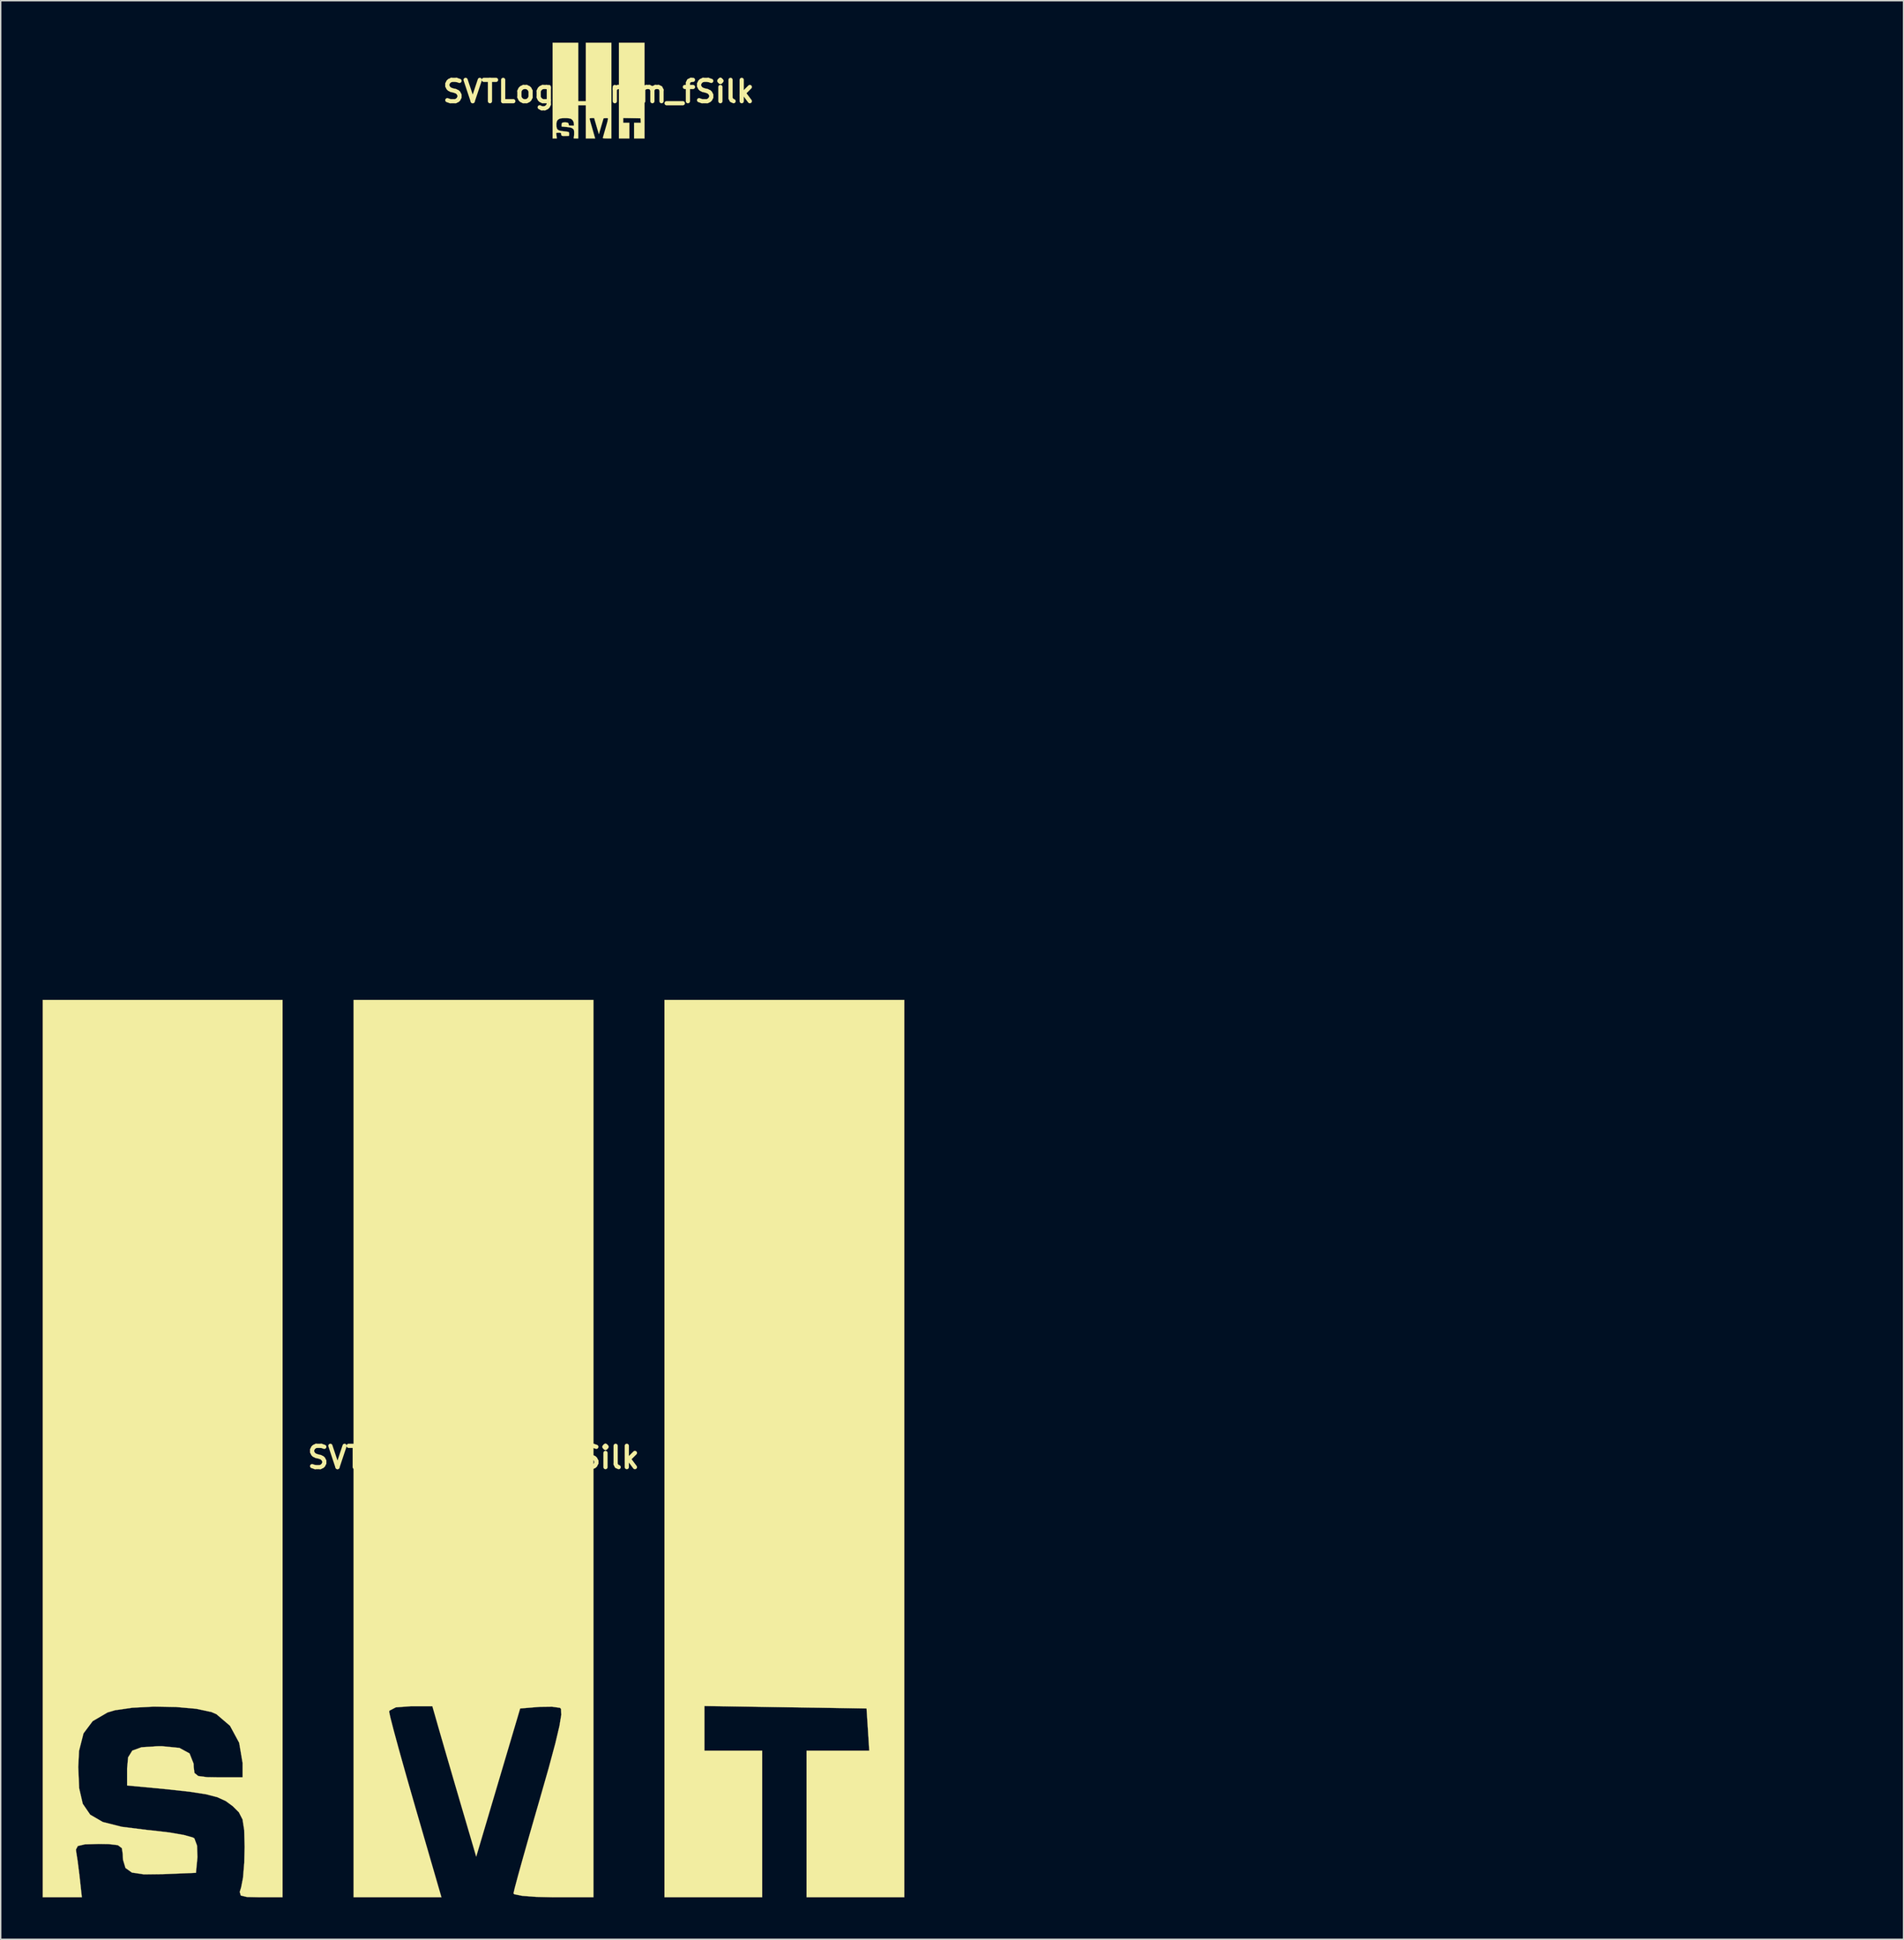
<source format=kicad_pcb>
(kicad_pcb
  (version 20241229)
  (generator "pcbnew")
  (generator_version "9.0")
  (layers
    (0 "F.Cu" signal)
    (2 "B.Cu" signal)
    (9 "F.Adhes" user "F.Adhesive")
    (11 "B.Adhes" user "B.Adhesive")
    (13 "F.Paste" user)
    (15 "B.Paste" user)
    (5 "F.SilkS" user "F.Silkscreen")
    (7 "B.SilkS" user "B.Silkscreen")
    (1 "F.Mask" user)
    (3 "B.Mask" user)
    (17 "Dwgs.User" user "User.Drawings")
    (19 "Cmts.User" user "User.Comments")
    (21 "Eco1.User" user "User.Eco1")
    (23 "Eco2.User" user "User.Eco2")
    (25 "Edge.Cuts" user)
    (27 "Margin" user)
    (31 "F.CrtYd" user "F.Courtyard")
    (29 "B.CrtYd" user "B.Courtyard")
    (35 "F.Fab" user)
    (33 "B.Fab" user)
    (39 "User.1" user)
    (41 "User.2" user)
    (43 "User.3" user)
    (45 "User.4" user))
  (footprint "SVTLogo_75mm_fSilk"
    (layer "F.Cu")
    (at 30.802 101.123)
    (property "Reference" "SVTLogo_75mm_fSilk" (at 0 0 0) (layer "F.SilkS") (effects (font (size 1.524 1.524) (thickness 0.3))))
    (attr through_hole)
    (fp_poly (pts (xy 30.797 31.433) (xy 23.812 31.433) (xy 23.812 20.955) (xy 28.292 20.955) (xy 28.099 17.939) (xy 22.304 17.852) (xy 16.51 17.766) (xy 16.51 20.955) (xy 20.637 20.955) (xy 20.637 31.433) (xy 13.652 31.433) (xy 13.652 -32.703) (xy 30.797 -32.703) (xy 30.797 31.433)) (stroke (width 0.01) (type solid)) (fill yes) (layer "F.SilkS"))
    (fp_poly (pts (xy 8.572 31.433) (xy 5.715 31.433) (xy 4.457 31.405) (xy 3.481 31.33) (xy 2.93 31.222) (xy 2.857 31.162) (xy 2.943 30.789) (xy 3.18 29.9) (xy 3.545 28.59) (xy 4.009 26.953) (xy 4.548 25.082) (xy 4.725 24.47) (xy 5.379 22.181) (xy 5.847 20.442) (xy 6.142 19.197) (xy 6.274 18.394) (xy 6.258 17.978) (xy 6.187 17.893) (xy 5.622 17.816) (xy 4.745 17.825) (xy 4.558 17.838) (xy 3.334 17.939) (xy 0.193 28.526) (xy -0.85 24.979) (xy -1.329 23.346) (xy -1.801 21.729) (xy -2.203 20.345) (xy -2.417 19.606) (xy -2.941 17.78) (xy -4.487 17.78) (xy -5.553 17.859) (xy -6.011 18.094) (xy -6.03 18.177) (xy -5.944 18.589) (xy -5.705 19.514) (xy -5.34 20.856) (xy -4.874 22.518) (xy -4.334 24.405) (xy -4.161 25.003) (xy -2.294 31.433) (xy -8.572 31.433) (xy -8.572 -32.703) (xy 8.572 -32.703) (xy 8.572 31.433)) (stroke (width 0.01) (type solid)) (fill yes) (layer "F.SilkS"))
    (fp_poly (pts (xy -13.652 31.433) (xy -15.261 31.433) (xy -16.201 31.413) (xy -16.639 31.309) (xy -16.712 31.048) (xy -16.611 30.718) (xy -16.479 30.039) (xy -16.39 28.966) (xy -16.362 27.824) (xy -16.394 26.627) (xy -16.512 25.871) (xy -16.774 25.36) (xy -17.217 24.918) (xy -17.712 24.555) (xy -18.31 24.282) (xy -19.133 24.069) (xy -20.304 23.888) (xy -21.946 23.709) (xy -22.622 23.644) (xy -24.765 23.444) (xy -24.765 22.234) (xy -24.693 21.43) (xy -24.392 20.949) (xy -23.739 20.712) (xy -22.608 20.639) (xy -22.263 20.637) (xy -21.024 20.757) (xy -20.301 21.152) (xy -20.015 21.873) (xy -20.003 22.13) (xy -19.948 22.549) (xy -19.68 22.767) (xy -19.045 22.849) (xy -18.256 22.86) (xy -16.51 22.86) (xy -16.51 21.828) (xy -16.753 20.39) (xy -17.41 19.174) (xy -18.38 18.347) (xy -18.733 18.195) (xy -19.82 17.962) (xy -21.27 17.834) (xy -22.867 17.809) (xy -24.396 17.887) (xy -25.641 18.067) (xy -26.162 18.223) (xy -27.227 18.845) (xy -27.883 19.719) (xy -28.201 20.971) (xy -28.258 22.122) (xy -28.192 23.64) (xy -27.936 24.751) (xy -27.403 25.53) (xy -26.505 26.052) (xy -25.157 26.394) (xy -23.271 26.629) (xy -23.033 26.651) (xy -21.751 26.8) (xy -20.706 26.98) (xy -20.063 27.16) (xy -19.958 27.222) (xy -19.767 27.734) (xy -19.736 28.547) (xy -19.741 28.614) (xy -19.844 29.686) (xy -22.197 29.781) (xy -23.566 29.795) (xy -24.422 29.668) (xy -24.881 29.34) (xy -25.058 28.753) (xy -25.078 28.337) (xy -25.14 27.924) (xy -25.423 27.71) (xy -26.081 27.632) (xy -26.799 27.622) (xy -27.793 27.651) (xy -28.289 27.769) (xy -28.423 28.023) (xy -28.405 28.178) (xy -28.302 28.839) (xy -28.18 29.798) (xy -28.148 30.083) (xy -28 31.433) (xy -30.797 31.433) (xy -30.797 -32.703) (xy -13.652 -32.703) (xy -13.652 31.433)) (stroke (width 0.01) (type solid)) (fill yes) (layer "F.SilkS")))
  (footprint "SVTLogo_75mm_F.Mask"
    (layer "F.Cu")
    (at 91.932 32.708)
    (property "Reference" "SVTLogo_75mm_F.Mask" (at 0 0 0) (layer "F.Mask") (effects (font (size 1.524 1.524) (thickness 0.3))))
    (attr through_hole)
    (fp_poly (pts (xy -30.797 31.433) (xy -28 31.433) (xy -28.148 30.083) (xy -28.267 29.1) (xy -28.38 28.319) (xy -28.405 28.178) (xy -28.381 27.855) (xy -28.05 27.686) (xy -27.278 27.627) (xy -26.799 27.622) (xy -25.806 27.647) (xy -25.292 27.764) (xy -25.102 28.038) (xy -25.078 28.337) (xy -24.999 29.077) (xy -24.698 29.53) (xy -24.058 29.752) (xy -22.964 29.802) (xy -22.197 29.781) (xy -19.844 29.686) (xy -19.741 28.614) (xy -19.758 27.792) (xy -19.939 27.244) (xy -19.958 27.222) (xy -20.403 27.05) (xy -21.315 26.867) (xy -22.526 26.702) (xy -23.033 26.651) (xy -24.982 26.423) (xy -26.384 26.096) (xy -27.325 25.597) (xy -27.893 24.849) (xy -28.175 23.777) (xy -28.257 22.306) (xy -28.258 22.122) (xy -28.134 20.534) (xy -27.719 19.413) (xy -26.944 18.631) (xy -26.162 18.223) (xy -25.189 17.983) (xy -23.805 17.844) (xy -22.223 17.807) (xy -20.659 17.873) (xy -19.329 18.043) (xy -18.733 18.195) (xy -17.686 18.865) (xy -16.919 19.977) (xy -16.536 21.363) (xy -16.51 21.828) (xy -16.51 22.86) (xy -18.256 22.86) (xy -19.259 22.837) (xy -19.781 22.725) (xy -19.977 22.46) (xy -20.003 22.13) (xy -20.184 21.312) (xy -20.782 20.834) (xy -21.874 20.646) (xy -22.263 20.637) (xy -23.523 20.684) (xy -24.276 20.875) (xy -24.648 21.292) (xy -24.762 22.013) (xy -24.765 22.234) (xy -24.765 23.444) (xy -22.622 23.644) (xy -20.795 23.829) (xy -19.48 24.006) (xy -18.554 24.206) (xy -17.895 24.455) (xy -17.379 24.785) (xy -17.217 24.918) (xy -16.762 25.375) (xy -16.506 25.89) (xy -16.392 26.657) (xy -16.362 27.824) (xy -16.394 29.046) (xy -16.487 30.1) (xy -16.611 30.718) (xy -16.72 31.138) (xy -16.562 31.35) (xy -16 31.424) (xy -15.261 31.433) (xy -13.652 31.433) (xy -13.652 -32.703) (xy -8.572 -32.703) (xy -8.572 31.433) (xy -2.294 31.433) (xy -4.161 25.003) (xy -4.718 23.068) (xy -5.209 21.328) (xy -5.607 19.879) (xy -5.887 18.818) (xy -6.022 18.241) (xy -6.03 18.177) (xy -5.725 17.903) (xy -4.811 17.785) (xy -4.487 17.78) (xy -2.941 17.78) (xy -2.417 19.606) (xy -2.106 20.681) (xy -1.678 22.149) (xy -1.198 23.791) (xy -0.85 24.979) (xy 0.193 28.526) (xy 3.334 17.939) (xy 4.558 17.838) (xy 5.458 17.811) (xy 6.113 17.871) (xy 6.187 17.893) (xy 6.283 18.116) (xy 6.235 18.696) (xy 6.033 19.686) (xy 5.664 21.141) (xy 5.115 23.115) (xy 4.725 24.47) (xy 4.169 26.395) (xy 3.679 28.114) (xy 3.281 29.536) (xy 3.001 30.565) (xy 2.866 31.107) (xy 2.857 31.162) (xy 3.151 31.281) (xy 3.938 31.373) (xy 5.077 31.426) (xy 5.715 31.433) (xy 8.572 31.433) (xy 8.572 -32.703) (xy 13.652 -32.703) (xy 13.652 31.433) (xy 20.637 31.433) (xy 20.637 20.955) (xy 16.51 20.955) (xy 16.51 17.766) (xy 22.304 17.852) (xy 28.099 17.939) (xy 28.292 20.955) (xy 23.812 20.955) (xy 23.812 31.433) (xy 30.797 31.433) (xy 30.797 -32.703) (xy 38.1 -32.703) (xy 38.1 32.703) (xy -37.782 32.703) (xy -37.782 -32.703) (xy -30.797 -32.703) (xy -30.797 31.433)) (stroke (width 0.01) (type solid)) (fill yes) (layer "F.Mask")))
  (footprint "SVTLogo_7mm_F.Mask"
    (layer "F.Cu")
    (at 12.671 3.493)
    (property "Reference" "SVTLogo_7mm_F.Mask" (at 0 0 0) (layer "F.Mask") (effects (font (size 1.524 1.524) (thickness 0.3))))
    (attr through_hole)
    (fp_poly (pts (xy 3.285 3.353) (xy 2.54 3.353) (xy 2.54 2.235) (xy 3.018 2.235) (xy 3.008 2.074) (xy 2.997 1.913) (xy 2.379 1.904) (xy 1.761 1.895) (xy 1.761 2.235) (xy 2.201 2.235) (xy 2.201 3.353) (xy 1.456 3.353) (xy 1.456 -3.488) (xy 3.285 -3.488) (xy 3.285 3.353)) (stroke (width 0.01) (type solid)) (fill yes) (layer "F.Mask"))
    (fp_poly (pts (xy 0.914 3.353) (xy 0.61 3.353) (xy 0.475 3.35) (xy 0.371 3.342) (xy 0.313 3.33) (xy 0.305 3.324) (xy 0.314 3.284) (xy 0.339 3.189) (xy 0.378 3.05) (xy 0.428 2.875) (xy 0.485 2.675) (xy 0.504 2.61) (xy 0.574 2.366) (xy 0.624 2.18) (xy 0.655 2.048) (xy 0.669 1.962) (xy 0.667 1.918) (xy 0.66 1.909) (xy 0.6 1.9) (xy 0.506 1.901) (xy 0.486 1.903) (xy 0.356 1.913) (xy 0.188 2.478) (xy 0.021 3.043) (xy -0.091 2.664) (xy -0.142 2.49) (xy -0.192 2.318) (xy -0.235 2.17) (xy -0.258 2.091) (xy -0.314 1.897) (xy -0.479 1.897) (xy -0.592 1.905) (xy -0.641 1.93) (xy -0.643 1.939) (xy -0.634 1.983) (xy -0.609 2.081) (xy -0.57 2.225) (xy -0.52 2.402) (xy -0.462 2.603) (xy -0.444 2.667) (xy -0.245 3.353) (xy -0.914 3.353) (xy -0.914 -3.488) (xy 0.914 -3.488) (xy 0.914 3.353)) (stroke (width 0.01) (type solid)) (fill yes) (layer "F.Mask"))
    (fp_poly (pts (xy -1.456 3.353) (xy -1.628 3.353) (xy -1.728 3.351) (xy -1.775 3.34) (xy -1.783 3.312) (xy -1.772 3.277) (xy -1.758 3.204) (xy -1.748 3.09) (xy -1.745 2.968) (xy -1.749 2.84) (xy -1.761 2.76) (xy -1.789 2.705) (xy -1.837 2.658) (xy -1.889 2.619) (xy -1.953 2.59) (xy -2.041 2.567) (xy -2.166 2.548) (xy -2.341 2.529) (xy -2.413 2.522) (xy -2.642 2.501) (xy -2.642 2.372) (xy -2.634 2.286) (xy -2.602 2.235) (xy -2.532 2.209) (xy -2.412 2.202) (xy -2.375 2.201) (xy -2.243 2.214) (xy -2.165 2.256) (xy -2.135 2.333) (xy -2.134 2.361) (xy -2.128 2.405) (xy -2.099 2.428) (xy -2.032 2.437) (xy -1.947 2.438) (xy -1.761 2.438) (xy -1.761 2.328) (xy -1.787 2.175) (xy -1.857 2.045) (xy -1.961 1.957) (xy -1.998 1.941) (xy -2.114 1.916) (xy -2.269 1.902) (xy -2.439 1.9) (xy -2.602 1.908) (xy -2.735 1.927) (xy -2.791 1.944) (xy -2.904 2.01) (xy -2.974 2.103) (xy -3.008 2.237) (xy -3.014 2.36) (xy -3.007 2.522) (xy -2.98 2.64) (xy -2.923 2.723) (xy -2.827 2.779) (xy -2.683 2.815) (xy -2.482 2.84) (xy -2.457 2.843) (xy -2.32 2.859) (xy -2.209 2.878) (xy -2.14 2.897) (xy -2.129 2.904) (xy -2.109 2.958) (xy -2.105 3.045) (xy -2.106 3.052) (xy -2.117 3.167) (xy -2.368 3.177) (xy -2.514 3.178) (xy -2.605 3.165) (xy -2.654 3.13) (xy -2.673 3.067) (xy -2.675 3.023) (xy -2.682 2.979) (xy -2.712 2.956) (xy -2.782 2.947) (xy -2.859 2.946) (xy -2.965 2.949) (xy -3.017 2.962) (xy -3.032 2.989) (xy -3.03 3.006) (xy -3.019 3.076) (xy -3.006 3.178) (xy -3.002 3.209) (xy -2.987 3.353) (xy -3.285 3.353) (xy -3.285 -3.488) (xy -1.456 -3.488) (xy -1.456 3.353)) (stroke (width 0.01) (type solid)) (fill yes) (layer "F.Mask")))
  (footprint "SVTLogo_7mm_fSilk"
    (layer "F.Cu")
    (at 39.743 3.493)
    (property "Reference" "SVTLogo_7mm_fSilk" (at 0 0 0) (layer "F.SilkS") (effects (font (size 1.524 1.524) (thickness 0.3))))
    (attr through_hole)
    (fp_poly (pts (xy 3.285 3.353) (xy 2.54 3.353) (xy 2.54 2.235) (xy 3.018 2.235) (xy 3.008 2.074) (xy 2.997 1.913) (xy 2.379 1.904) (xy 1.761 1.895) (xy 1.761 2.235) (xy 2.201 2.235) (xy 2.201 3.353) (xy 1.456 3.353) (xy 1.456 -3.488) (xy 3.285 -3.488) (xy 3.285 3.353)) (stroke (width 0.01) (type solid)) (fill yes) (layer "F.SilkS"))
    (fp_poly (pts (xy 0.914 3.353) (xy 0.61 3.353) (xy 0.475 3.35) (xy 0.371 3.342) (xy 0.313 3.33) (xy 0.305 3.324) (xy 0.314 3.284) (xy 0.339 3.189) (xy 0.378 3.05) (xy 0.428 2.875) (xy 0.485 2.675) (xy 0.504 2.61) (xy 0.574 2.366) (xy 0.624 2.18) (xy 0.655 2.048) (xy 0.669 1.962) (xy 0.667 1.918) (xy 0.66 1.909) (xy 0.6 1.9) (xy 0.506 1.901) (xy 0.486 1.903) (xy 0.356 1.913) (xy 0.188 2.478) (xy 0.021 3.043) (xy -0.091 2.664) (xy -0.142 2.49) (xy -0.192 2.318) (xy -0.235 2.17) (xy -0.258 2.091) (xy -0.314 1.897) (xy -0.479 1.897) (xy -0.592 1.905) (xy -0.641 1.93) (xy -0.643 1.939) (xy -0.634 1.983) (xy -0.609 2.081) (xy -0.57 2.225) (xy -0.52 2.402) (xy -0.462 2.603) (xy -0.444 2.667) (xy -0.245 3.353) (xy -0.914 3.353) (xy -0.914 -3.488) (xy 0.914 -3.488) (xy 0.914 3.353)) (stroke (width 0.01) (type solid)) (fill yes) (layer "F.SilkS"))
    (fp_poly (pts (xy -1.456 3.353) (xy -1.628 3.353) (xy -1.728 3.351) (xy -1.775 3.34) (xy -1.783 3.312) (xy -1.772 3.277) (xy -1.758 3.204) (xy -1.748 3.09) (xy -1.745 2.968) (xy -1.749 2.84) (xy -1.761 2.76) (xy -1.789 2.705) (xy -1.837 2.658) (xy -1.889 2.619) (xy -1.953 2.59) (xy -2.041 2.567) (xy -2.166 2.548) (xy -2.341 2.529) (xy -2.413 2.522) (xy -2.642 2.501) (xy -2.642 2.372) (xy -2.634 2.286) (xy -2.602 2.235) (xy -2.532 2.209) (xy -2.412 2.202) (xy -2.375 2.201) (xy -2.243 2.214) (xy -2.165 2.256) (xy -2.135 2.333) (xy -2.134 2.361) (xy -2.128 2.405) (xy -2.099 2.428) (xy -2.032 2.437) (xy -1.947 2.438) (xy -1.761 2.438) (xy -1.761 2.328) (xy -1.787 2.175) (xy -1.857 2.045) (xy -1.961 1.957) (xy -1.998 1.941) (xy -2.114 1.916) (xy -2.269 1.902) (xy -2.439 1.9) (xy -2.602 1.908) (xy -2.735 1.927) (xy -2.791 1.944) (xy -2.904 2.01) (xy -2.974 2.103) (xy -3.008 2.237) (xy -3.014 2.36) (xy -3.007 2.522) (xy -2.98 2.64) (xy -2.923 2.723) (xy -2.827 2.779) (xy -2.683 2.815) (xy -2.482 2.84) (xy -2.457 2.843) (xy -2.32 2.859) (xy -2.209 2.878) (xy -2.14 2.897) (xy -2.129 2.904) (xy -2.109 2.958) (xy -2.105 3.045) (xy -2.106 3.052) (xy -2.117 3.167) (xy -2.368 3.177) (xy -2.514 3.178) (xy -2.605 3.165) (xy -2.654 3.13) (xy -2.673 3.067) (xy -2.675 3.023) (xy -2.682 2.979) (xy -2.712 2.956) (xy -2.782 2.947) (xy -2.859 2.946) (xy -2.965 2.949) (xy -3.017 2.962) (xy -3.032 2.989) (xy -3.03 3.006) (xy -3.019 3.076) (xy -3.006 3.178) (xy -3.002 3.209) (xy -2.987 3.353) (xy -3.285 3.353) (xy -3.285 -3.488) (xy -1.456 -3.488) (xy -1.456 3.353)) (stroke (width 0.01) (type solid)) (fill yes) (layer "F.SilkS")))
  (gr_rect
    (start -3 -3)
    (end 133.037 135.56)
    (stroke (width 0.1) (type default))
    (fill no)
    (layer "Edge.Cuts")))
</source>
